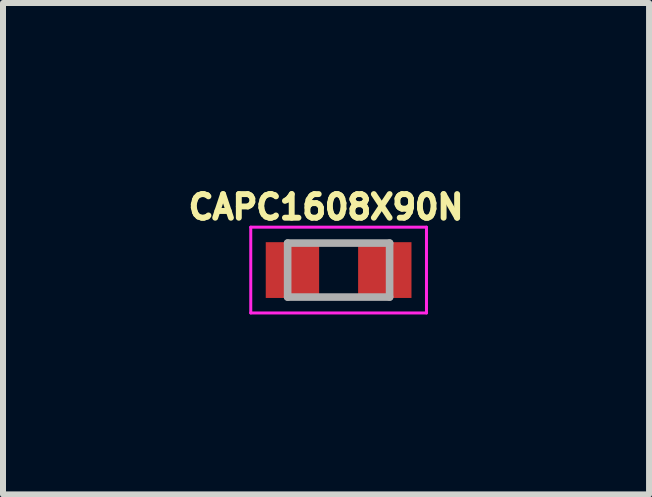
<source format=kicad_pcb>
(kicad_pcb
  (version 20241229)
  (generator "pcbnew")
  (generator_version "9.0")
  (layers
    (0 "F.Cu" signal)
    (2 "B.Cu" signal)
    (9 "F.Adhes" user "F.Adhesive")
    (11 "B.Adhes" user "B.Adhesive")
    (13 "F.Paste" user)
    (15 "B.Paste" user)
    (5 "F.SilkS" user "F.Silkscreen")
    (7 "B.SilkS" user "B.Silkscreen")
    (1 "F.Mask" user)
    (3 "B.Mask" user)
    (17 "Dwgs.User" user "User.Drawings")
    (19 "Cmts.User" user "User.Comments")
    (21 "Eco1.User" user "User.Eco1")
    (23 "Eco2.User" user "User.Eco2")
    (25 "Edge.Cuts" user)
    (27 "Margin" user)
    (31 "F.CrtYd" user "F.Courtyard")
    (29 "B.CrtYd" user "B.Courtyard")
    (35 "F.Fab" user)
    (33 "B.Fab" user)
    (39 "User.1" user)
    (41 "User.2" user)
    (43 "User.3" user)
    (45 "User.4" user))
  (footprint "CAPC1608X90N"
    (layer "F.Cu")
    (at 2.596 1.453)
    (property "Reference" "CAPC1608X90N" (at -0.21 -1.05 0) (layer "F.SilkS") (effects (font (size 0.394 0.394) (thickness 0.15))))
    (attr smd)
    (fp_line (start -1.465 -0.715) (end 1.465 -0.715) (stroke (width 0.05) (type solid)) (layer "F.CrtYd"))
    (fp_line (start -1.465 0.715) (end -1.465 -0.715) (stroke (width 0.05) (type solid)) (layer "F.CrtYd"))
    (fp_line (start -1.465 0.715) (end 1.465 0.715) (stroke (width 0.05) (type solid)) (layer "F.CrtYd"))
    (fp_line (start 1.465 0.715) (end 1.465 -0.715) (stroke (width 0.05) (type solid)) (layer "F.CrtYd"))
    (fp_line (start -0.85 0.45) (end -0.85 -0.45) (stroke (width 0.127) (type solid)) (layer "F.Fab"))
    (fp_line (start 0.85 -0.45) (end -0.85 -0.45) (stroke (width 0.127) (type solid)) (layer "F.Fab"))
    (fp_line (start 0.85 0.45) (end -0.85 0.45) (stroke (width 0.127) (type solid)) (layer "F.Fab"))
    (fp_line (start 0.85 0.45) (end 0.85 -0.45) (stroke (width 0.127) (type solid)) (layer "F.Fab"))
    (pad "1" smd rect (at -0.77 0) (size 0.89 0.93) (layers "F.Cu" "F.Mask" "F.Paste"))
    (pad "2" smd rect (at 0.77 0) (size 0.89 0.93) (layers "F.Cu" "F.Mask" "F.Paste")))
  (gr_rect
    (start -3 -3)
    (end 7.772 5.193)
    (stroke (width 0.1) (type default))
    (fill no)
    (layer "Edge.Cuts")))
</source>
